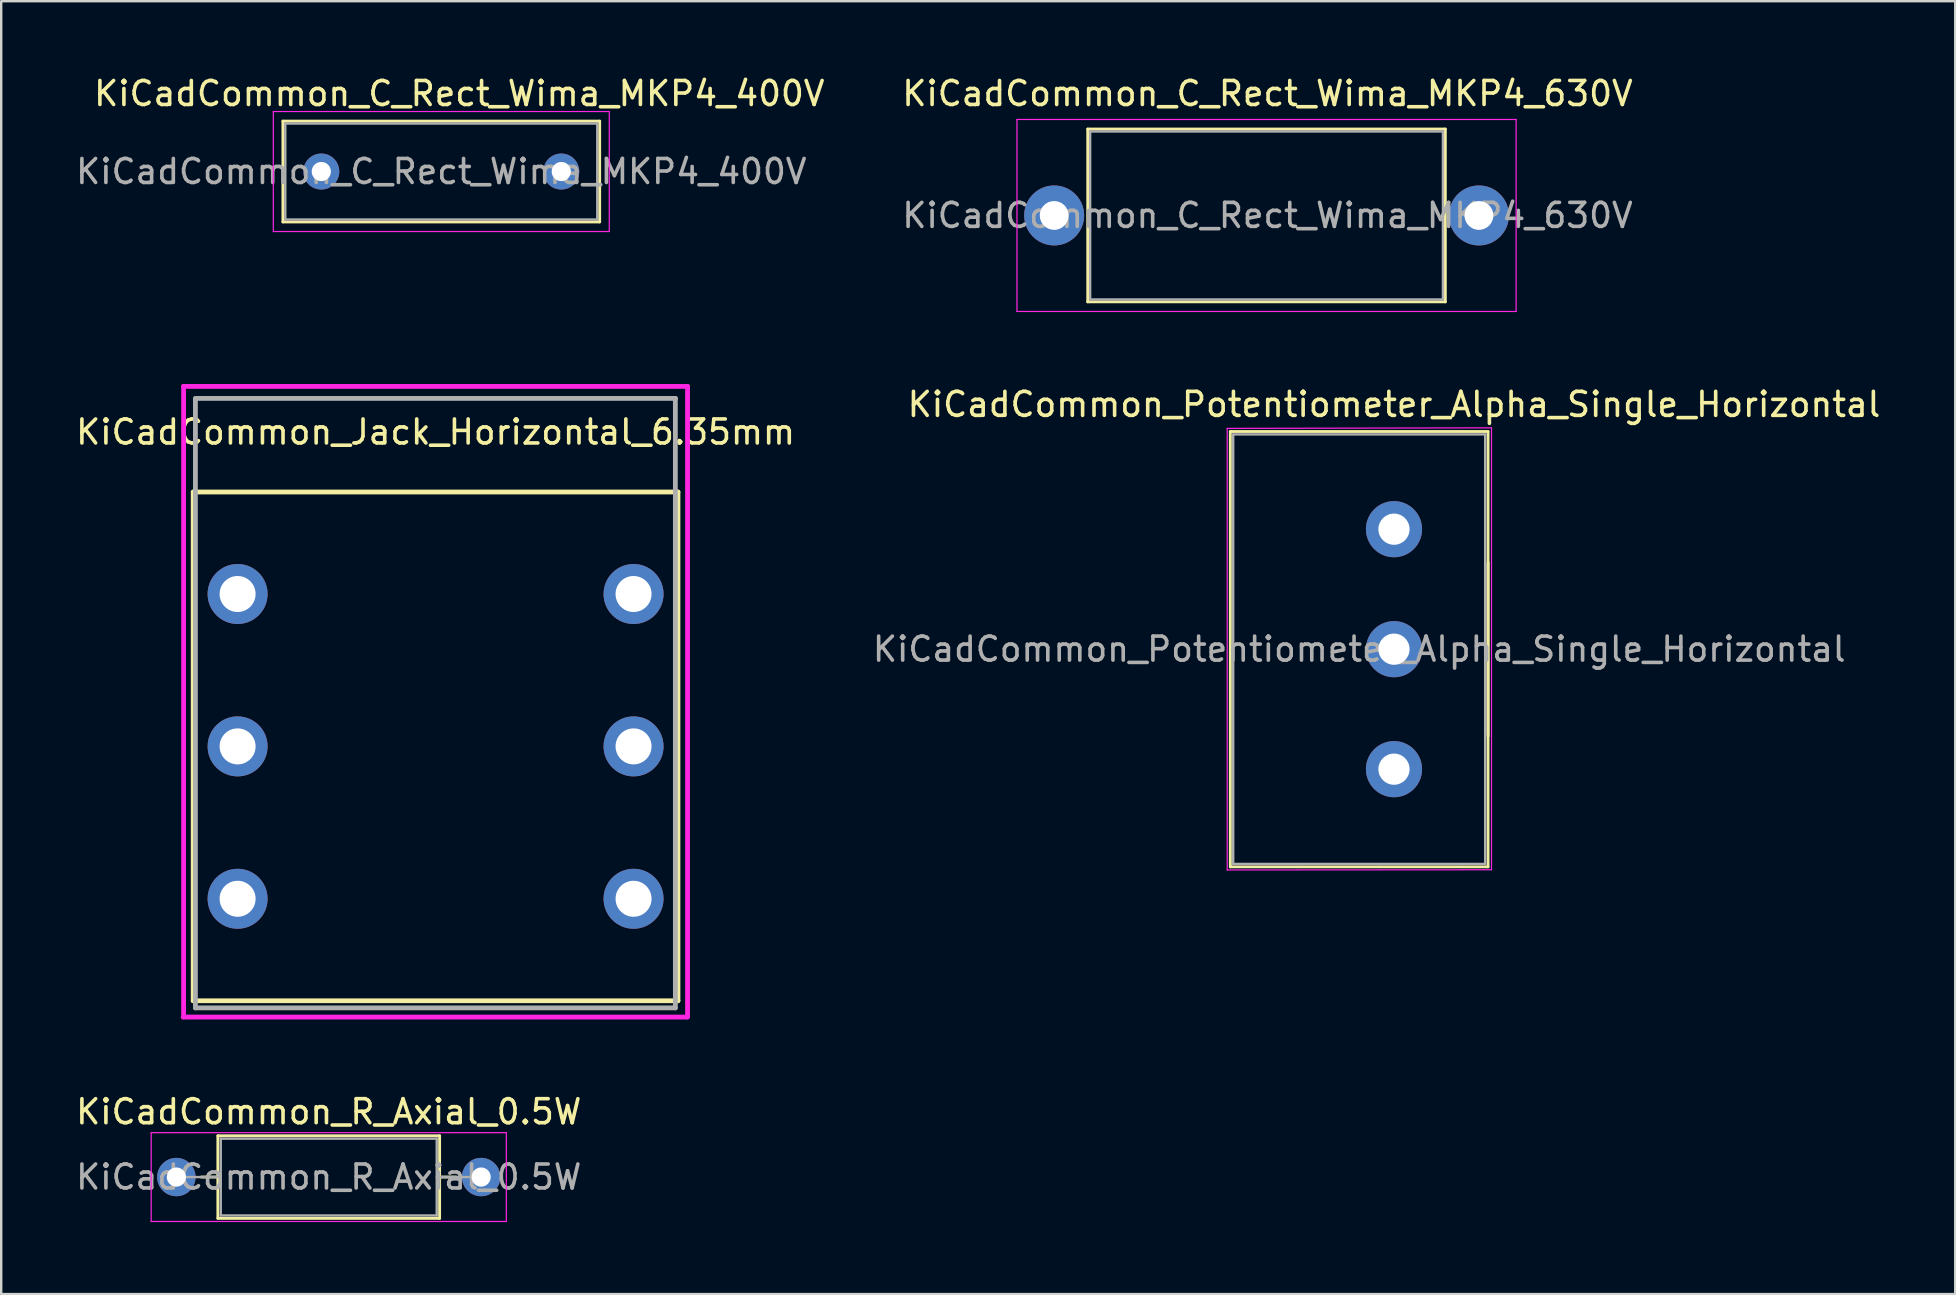
<source format=kicad_pcb>
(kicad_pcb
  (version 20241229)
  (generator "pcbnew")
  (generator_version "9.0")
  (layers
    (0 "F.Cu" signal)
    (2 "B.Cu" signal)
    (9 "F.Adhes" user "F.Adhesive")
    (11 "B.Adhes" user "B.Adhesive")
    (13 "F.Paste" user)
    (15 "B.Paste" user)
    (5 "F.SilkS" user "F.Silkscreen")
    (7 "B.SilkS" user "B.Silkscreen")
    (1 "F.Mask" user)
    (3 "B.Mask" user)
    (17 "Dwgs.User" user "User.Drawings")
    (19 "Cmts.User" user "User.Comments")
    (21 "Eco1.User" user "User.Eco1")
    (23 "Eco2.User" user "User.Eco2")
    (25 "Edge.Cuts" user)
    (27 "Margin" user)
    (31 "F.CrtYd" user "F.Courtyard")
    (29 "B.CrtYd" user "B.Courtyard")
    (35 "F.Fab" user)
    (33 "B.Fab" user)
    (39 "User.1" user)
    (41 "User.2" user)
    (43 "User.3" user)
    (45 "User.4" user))
  (footprint "KiCadCommon_Jack_Horizontal_6.35mm"
    (layer "F.Cu")
    (at 15.101 28.053)
    (property "Reference" "KiCadCommon_Jack_Horizontal_6.35mm" (at 0 -13.1 0) (layer "F.SilkS") (effects (font (size 1 1) (thickness 0.15))))
    (attr through_hole)
    (fp_line (start -10.1 -10.6) (end -10.1 10.6) (stroke (width 0.2) (type solid)) (layer "F.SilkS"))
    (fp_line (start -10.1 10.6) (end 10.1 10.6) (stroke (width 0.2) (type solid)) (layer "F.SilkS"))
    (fp_line (start 10.1 -10.6) (end -10.1 -10.6) (stroke (width 0.2) (type solid)) (layer "F.SilkS"))
    (fp_line (start 10.1 10.6) (end 10.1 -10.6) (stroke (width 0.2) (type solid)) (layer "F.SilkS"))
    (fp_line (start -10.516 11.278) (end 10.484 11.278) (stroke (width 0.2) (type solid)) (layer "F.CrtYd"))
    (fp_line (start -10.5 -15) (end -10.5 11.278) (stroke (width 0.2) (type solid)) (layer "F.CrtYd"))
    (fp_line (start -10.5 -15) (end 10.5 -15) (stroke (width 0.2) (type solid)) (layer "F.CrtYd"))
    (fp_line (start 10.5 -15) (end 10.5 11.278) (stroke (width 0.2) (type solid)) (layer "F.CrtYd"))
    (fp_line (start -10.008 10.897) (end -10.008 -14.5) (stroke (width 0.2) (type solid)) (layer "F.Fab"))
    (fp_line (start -10.008 10.897) (end 9.992 10.897) (stroke (width 0.2) (type solid)) (layer "F.Fab"))
    (fp_line (start -10 -14.5) (end 10 -14.5) (stroke (width 0.2) (type solid)) (layer "F.Fab"))
    (fp_line (start 9.992 10.897) (end 9.992 -14.5) (stroke (width 0.2) (type solid)) (layer "F.Fab"))
    (pad "1" thru_hole circle (at 8.25 -6.35) (size 2.5 2.5) (drill 1.5) (layers "*.Cu" "*.Mask"))
    (pad "2" thru_hole circle (at -8.25 -6.35) (size 2.5 2.5) (drill 1.5) (layers "*.Cu" "*.Mask"))
    (pad "3" thru_hole circle (at 8.25 0) (size 2.5 2.5) (drill 1.5) (layers "*.Cu" "*.Mask"))
    (pad "4" thru_hole circle (at -8.25 0) (size 2.5 2.5) (drill 1.5) (layers "*.Cu" "*.Mask"))
    (pad "5" thru_hole circle (at 8.25 6.35) (size 2.5 2.5) (drill 1.5) (layers "*.Cu" "*.Mask"))
    (pad "6" thru_hole circle (at -8.25 6.35) (size 2.5 2.5) (drill 1.5) (layers "*.Cu" "*.Mask")))
  (footprint "KiCadCommon_C_Rect_Wima_MKP4_630V"
    (layer "F.Cu")
    (at 40.878 5.928)
    (property "Reference" "KiCadCommon_C_Rect_Wima_MKP4_630V" (at 8.89 -5.08 0) (layer "F.SilkS") (effects (font (size 1 1) (thickness 0.15))))
    (attr through_hole)
    (fp_line (start 1.4 -3.6) (end 1.4 3.6) (stroke (width 0.12) (type solid)) (layer "F.SilkS"))
    (fp_line (start 1.4 3.6) (end 16.3 3.6) (stroke (width 0.12) (type solid)) (layer "F.SilkS"))
    (fp_line (start 16.3 -3.6) (end 1.4 -3.6) (stroke (width 0.12) (type solid)) (layer "F.SilkS"))
    (fp_line (start 16.3 3.6) (end 16.3 -3.6) (stroke (width 0.12) (type solid)) (layer "F.SilkS"))
    (fp_line (start -1.55 -4) (end -1.55 4) (stroke (width 0.05) (type solid)) (layer "F.CrtYd"))
    (fp_line (start -1.55 4) (end 19.25 4) (stroke (width 0.05) (type solid)) (layer "F.CrtYd"))
    (fp_line (start 19.25 -4) (end -1.55 -4) (stroke (width 0.05) (type solid)) (layer "F.CrtYd"))
    (fp_line (start 19.25 4) (end 19.25 -4) (stroke (width 0.05) (type solid)) (layer "F.CrtYd"))
    (fp_line (start 1.5 -3.5) (end 1.5 3.5) (stroke (width 0.1) (type solid)) (layer "F.Fab"))
    (fp_line (start 1.5 3.5) (end 16.2 3.5) (stroke (width 0.1) (type solid)) (layer "F.Fab"))
    (fp_line (start 16.2 -3.5) (end 1.5 -3.5) (stroke (width 0.1) (type solid)) (layer "F.Fab"))
    (fp_line (start 16.2 3.5) (end 16.2 -3.5) (stroke (width 0.1) (type solid)) (layer "F.Fab"))
    (fp_text user "${REFERENCE}" (at 8.89 0 0) (layer "F.Fab") (effects (font (size 1 1) (thickness 0.15))))
    (pad "1" thru_hole circle (at 0 0) (size 2.5 2.5) (drill 1.2) (layers "*.Cu" "*.Mask"))
    (pad "2" thru_hole circle (at 17.7 0) (size 2.5 2.5) (drill 1.2) (layers "*.Cu" "*.Mask")))
  (footprint "KiCadCommon_C_Rect_Wima_MKP4_400V"
    (layer "F.Cu")
    (at 10.339 4.098)
    (property "Reference" "KiCadCommon_C_Rect_Wima_MKP4_400V" (at 5.75 -3.25 0) (layer "F.SilkS") (effects (font (size 1 1) (thickness 0.15))))
    (attr through_hole)
    (fp_line (start -1.6 -2.1) (end -1.6 2.1) (stroke (width 0.12) (type solid)) (layer "F.SilkS"))
    (fp_line (start -1.6 2.1) (end 11.6 2.1) (stroke (width 0.12) (type solid)) (layer "F.SilkS"))
    (fp_line (start 11.6 -2.1) (end -1.6 -2.1) (stroke (width 0.12) (type solid)) (layer "F.SilkS"))
    (fp_line (start 11.6 2.1) (end 11.6 -2.1) (stroke (width 0.12) (type solid)) (layer "F.SilkS"))
    (fp_line (start -2 -2.5) (end -2 2.5) (stroke (width 0.05) (type solid)) (layer "F.CrtYd"))
    (fp_line (start -2 2.5) (end 12 2.5) (stroke (width 0.05) (type solid)) (layer "F.CrtYd"))
    (fp_line (start 12 -2.5) (end -2 -2.5) (stroke (width 0.05) (type solid)) (layer "F.CrtYd"))
    (fp_line (start 12 2.5) (end 12 -2.5) (stroke (width 0.05) (type solid)) (layer "F.CrtYd"))
    (fp_line (start -1.5 -2) (end -1.5 2) (stroke (width 0.1) (type solid)) (layer "F.Fab"))
    (fp_line (start -1.5 2) (end 11.5 2) (stroke (width 0.1) (type solid)) (layer "F.Fab"))
    (fp_line (start 11.5 -2) (end -1.5 -2) (stroke (width 0.1) (type solid)) (layer "F.Fab"))
    (fp_line (start 11.5 2) (end 11.5 -2) (stroke (width 0.1) (type solid)) (layer "F.Fab"))
    (fp_text user "${REFERENCE}" (at 5 0 0) (layer "F.Fab") (effects (font (size 1 1) (thickness 0.15))))
    (pad "1" thru_hole circle (at 0 0) (size 1.5 1.5) (drill 0.8) (layers "*.Cu" "*.Mask"))
    (pad "2" thru_hole circle (at 10 0) (size 1.5 1.5) (drill 0.8) (layers "*.Cu" "*.Mask")))
  (footprint "KiCadCommon_Potentiometer_Alpha_Single_Horizontal"
    (layer "F.Cu")
    (at 55.039 29.002)
    (property "Reference" "KiCadCommon_Potentiometer_Alpha_Single_Horizontal" (at 0 -15.2 0) (layer "F.SilkS") (effects (font (size 1 1) (thickness 0.15))))
    (attr through_hole)
    (fp_line (start -6.82 -14.07) (end -6.82 4.07) (stroke (width 0.12) (type solid)) (layer "F.SilkS"))
    (fp_line (start -6.82 -14.07) (end 3.92 -14.07) (stroke (width 0.12) (type solid)) (layer "F.SilkS"))
    (fp_line (start -6.82 4.07) (end 3.92 4.07) (stroke (width 0.12) (type solid)) (layer "F.SilkS"))
    (fp_line (start 3.92 -14.07) (end 3.92 4.07) (stroke (width 0.12) (type solid)) (layer "F.SilkS"))
    (fp_line (start 3.92 -8.62) (end 3.92 -1.38) (stroke (width 0.12) (type solid)) (layer "F.SilkS"))
    (fp_line (start -6.95 -14.2) (end -6.95 4.2) (stroke (width 0.05) (type solid)) (layer "F.CrtYd"))
    (fp_line (start -6.95 4.2) (end 4.064 4.191) (stroke (width 0.05) (type solid)) (layer "F.CrtYd"))
    (fp_line (start 4.064 -14.224) (end -6.95 -14.2) (stroke (width 0.05) (type solid)) (layer "F.CrtYd"))
    (fp_line (start 4.064 4.191) (end 4.064 -14.224) (stroke (width 0.05) (type solid)) (layer "F.CrtYd"))
    (fp_line (start -6.7 -13.95) (end -6.7 3.95) (stroke (width 0.1) (type solid)) (layer "F.Fab"))
    (fp_line (start -6.7 3.95) (end 3.8 3.95) (stroke (width 0.1) (type solid)) (layer "F.Fab"))
    (fp_line (start 3.8 -13.95) (end -6.7 -13.95) (stroke (width 0.1) (type solid)) (layer "F.Fab"))
    (fp_line (start 3.8 -8.5) (end 3.8 -1.5) (stroke (width 0.1) (type solid)) (layer "F.Fab"))
    (fp_line (start 3.8 3.95) (end 3.8 -13.95) (stroke (width 0.1) (type solid)) (layer "F.Fab"))
    (fp_text user "${REFERENCE}" (at -1.45 -5 0) (layer "F.Fab") (effects (font (size 1 1) (thickness 0.15))))
    (pad "1" thru_hole circle (at 0 0) (size 2.34 2.34) (drill 1.3) (layers "*.Cu" "*.Mask"))
    (pad "2" thru_hole circle (at 0 -5) (size 2.34 2.34) (drill 1.3) (layers "*.Cu" "*.Mask"))
    (pad "3" thru_hole circle (at 0 -10) (size 2.34 2.34) (drill 1.3) (layers "*.Cu" "*.Mask")))
  (footprint "KiCadCommon_R_Axial_0.5W"
    (layer "F.Cu")
    (at 4.299 45.999)
    (property "Reference" "KiCadCommon_R_Axial_0.5W" (at 6.35 -2.72 0) (layer "F.SilkS") (effects (font (size 1 1) (thickness 0.15))))
    (attr through_hole)
    (fp_line (start 1.04 0) (end 1.73 0) (stroke (width 0.12) (type solid)) (layer "F.SilkS"))
    (fp_line (start 1.73 -1.72) (end 1.73 1.72) (stroke (width 0.12) (type solid)) (layer "F.SilkS"))
    (fp_line (start 1.73 1.72) (end 10.97 1.72) (stroke (width 0.12) (type solid)) (layer "F.SilkS"))
    (fp_line (start 10.97 -1.72) (end 1.73 -1.72) (stroke (width 0.12) (type solid)) (layer "F.SilkS"))
    (fp_line (start 10.97 1.72) (end 10.97 -1.72) (stroke (width 0.12) (type solid)) (layer "F.SilkS"))
    (fp_line (start 11.66 0) (end 10.97 0) (stroke (width 0.12) (type solid)) (layer "F.SilkS"))
    (fp_line (start -1.05 -1.85) (end -1.05 1.85) (stroke (width 0.05) (type solid)) (layer "F.CrtYd"))
    (fp_line (start -1.05 1.85) (end 13.75 1.85) (stroke (width 0.05) (type solid)) (layer "F.CrtYd"))
    (fp_line (start 13.75 -1.85) (end -1.05 -1.85) (stroke (width 0.05) (type solid)) (layer "F.CrtYd"))
    (fp_line (start 13.75 1.85) (end 13.75 -1.85) (stroke (width 0.05) (type solid)) (layer "F.CrtYd"))
    (fp_line (start 0 0) (end 1.85 0) (stroke (width 0.1) (type solid)) (layer "F.Fab"))
    (fp_line (start 1.85 -1.6) (end 1.85 1.6) (stroke (width 0.1) (type solid)) (layer "F.Fab"))
    (fp_line (start 1.85 1.6) (end 10.85 1.6) (stroke (width 0.1) (type solid)) (layer "F.Fab"))
    (fp_line (start 10.85 -1.6) (end 1.85 -1.6) (stroke (width 0.1) (type solid)) (layer "F.Fab"))
    (fp_line (start 10.85 1.6) (end 10.85 -1.6) (stroke (width 0.1) (type solid)) (layer "F.Fab"))
    (fp_line (start 12.7 0) (end 10.85 0) (stroke (width 0.1) (type solid)) (layer "F.Fab"))
    (fp_text user "${REFERENCE}" (at 6.35 0 0) (layer "F.Fab") (effects (font (size 1 1) (thickness 0.15))))
    (pad "1" thru_hole circle (at 0 0) (size 1.6 1.6) (drill 0.8) (layers "*.Cu" "*.Mask"))
    (pad "2" thru_hole oval (at 12.7 0) (size 1.6 1.6) (drill 0.8) (layers "*.Cu" "*.Mask")))
  (gr_rect
    (start -3 -3)
    (end 78.426 50.874)
    (stroke (width 0.1) (type default))
    (fill no)
    (layer "Edge.Cuts")))
</source>
